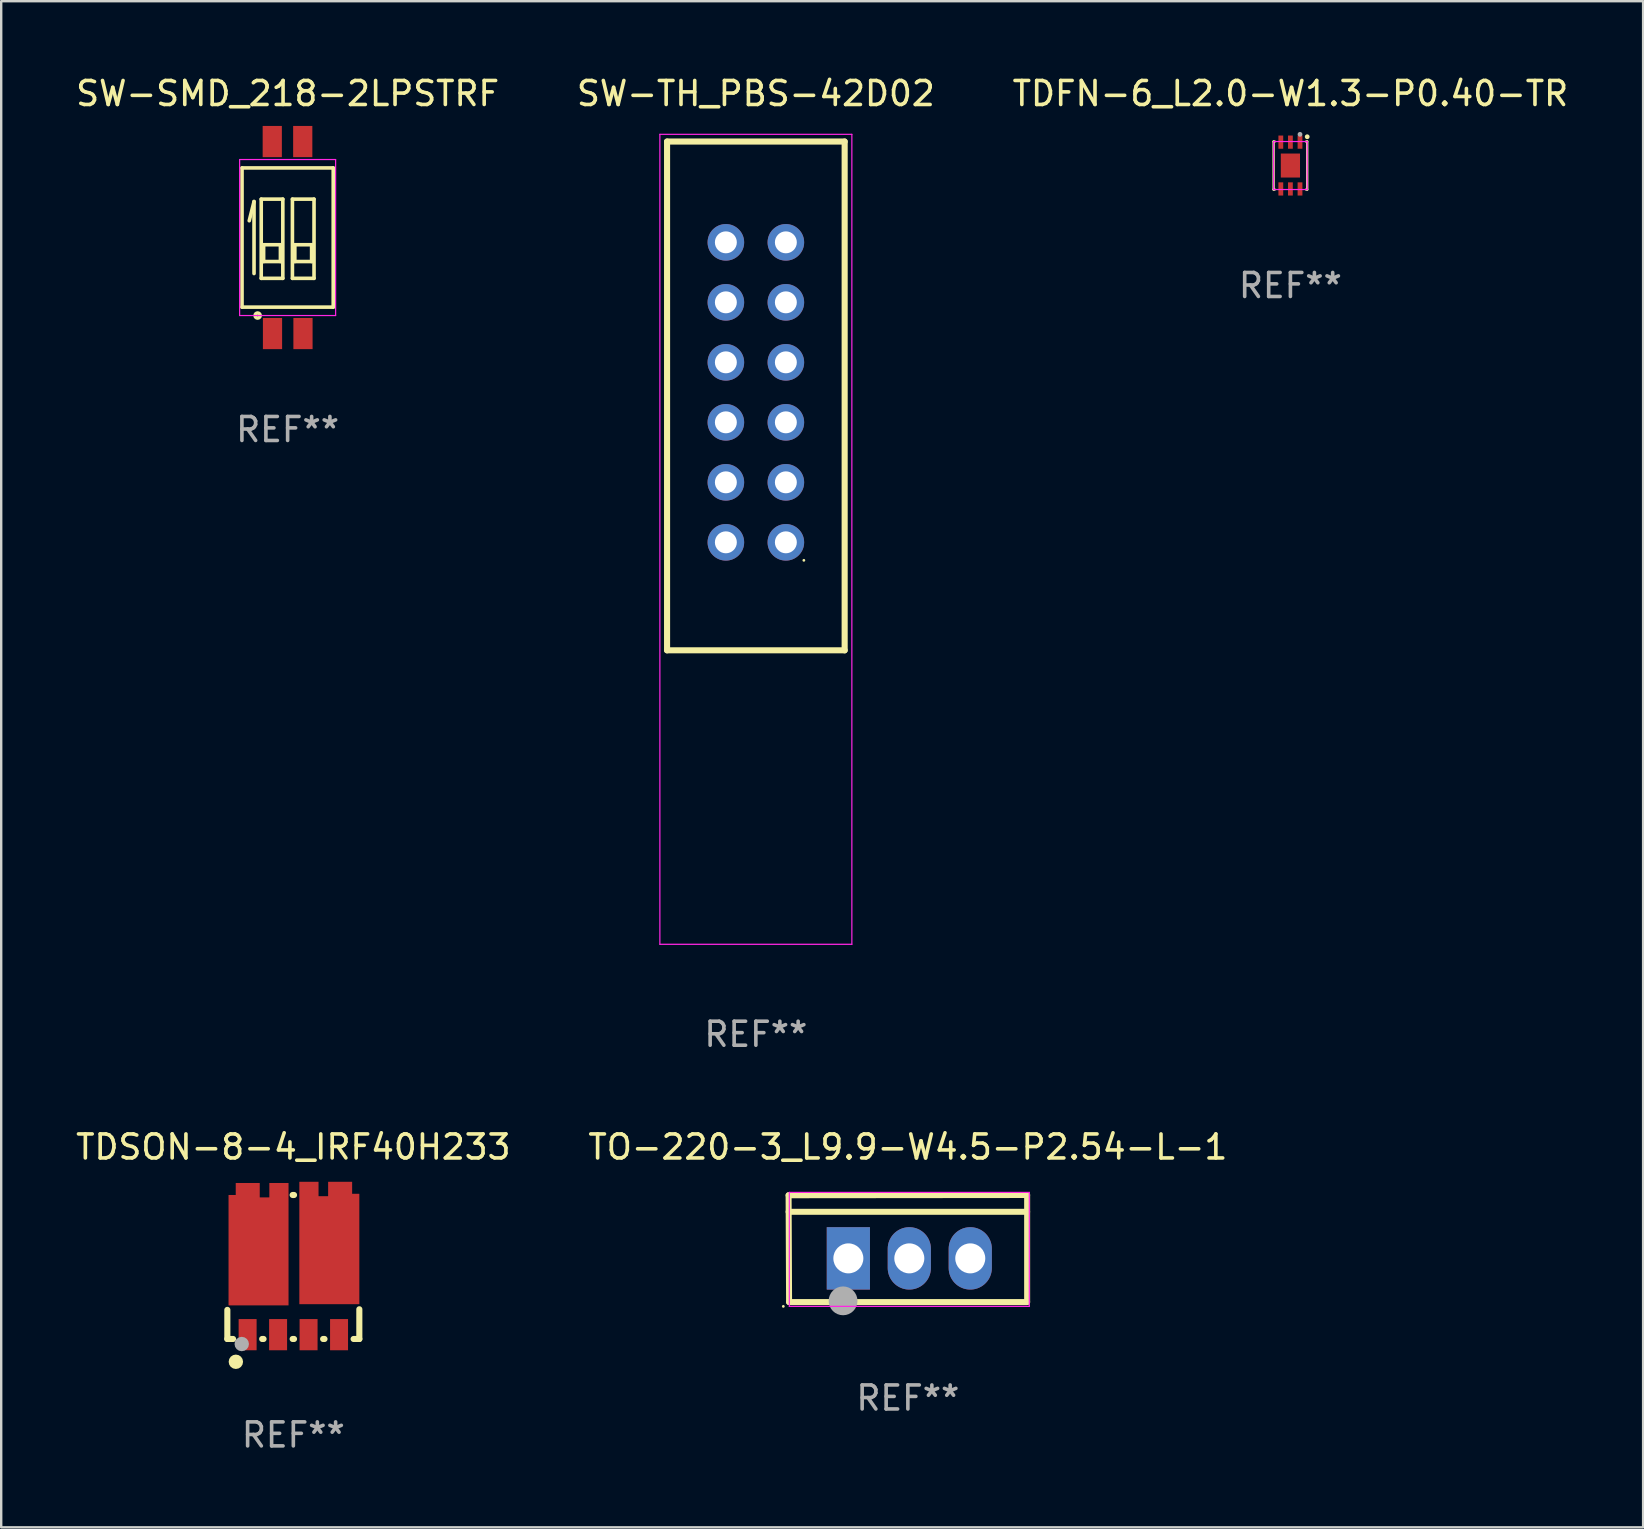
<source format=kicad_pcb>
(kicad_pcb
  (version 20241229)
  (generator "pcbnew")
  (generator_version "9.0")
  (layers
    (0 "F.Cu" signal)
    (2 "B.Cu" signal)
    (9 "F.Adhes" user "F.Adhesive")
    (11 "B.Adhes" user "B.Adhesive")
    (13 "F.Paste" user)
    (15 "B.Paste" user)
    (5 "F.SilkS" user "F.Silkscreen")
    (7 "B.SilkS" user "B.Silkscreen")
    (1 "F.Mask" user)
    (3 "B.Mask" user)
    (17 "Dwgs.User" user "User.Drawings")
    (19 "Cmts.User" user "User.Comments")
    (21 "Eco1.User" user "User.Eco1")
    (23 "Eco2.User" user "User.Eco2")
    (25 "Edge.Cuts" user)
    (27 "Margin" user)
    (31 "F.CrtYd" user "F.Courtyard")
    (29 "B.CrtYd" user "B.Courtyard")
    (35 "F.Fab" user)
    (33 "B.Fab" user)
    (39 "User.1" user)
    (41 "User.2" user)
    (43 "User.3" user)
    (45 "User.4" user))
  (footprint "TO-220-3_L9.9-W4.5-P2.54-L-1"
    (layer "F.Cu")
    (at 34.84 49.385)
    (property "Reference" "TO-220-3_L9.9-W4.5-P2.54-L-1" (at -0.06 -4.64 0) (layer "F.SilkS") (effects (font (size 1 1) (thickness 0.15))))
    (attr through_hole)
    (fp_line (start -5.03 -2.63) (end -5.01 1.82) (stroke (width 0.25) (type solid)) (layer "F.SilkS"))
    (fp_line (start -5.03 -1.94) (end 4.91 -1.94) (stroke (width 0.25) (type solid)) (layer "F.SilkS"))
    (fp_line (start -5.01 1.82) (end 4.91 1.82) (stroke (width 0.25) (type solid)) (layer "F.SilkS"))
    (fp_line (start 4.91 -2.64) (end -5.03 -2.63) (stroke (width 0.25) (type solid)) (layer "F.SilkS"))
    (fp_line (start 4.91 1.82) (end 4.91 -2.64) (stroke (width 0.25) (type solid)) (layer "F.SilkS"))
    (fp_circle (center -5.25 2) (end -5.22 2) (stroke (width 0.06) (type solid)) (fill no) (layer "F.SilkS"))
    (fp_line (start -5 -2.75) (end -5 2) (stroke (width 0.05) (type default)) (layer "F.CrtYd"))
    (fp_line (start -5 2) (end 5 2) (stroke (width 0.05) (type default)) (layer "F.CrtYd"))
    (fp_line (start 5 -2.75) (end -5 -2.75) (stroke (width 0.05) (type default)) (layer "F.CrtYd"))
    (fp_line (start 5 2) (end 5 -2.75) (stroke (width 0.05) (type default)) (layer "F.CrtYd"))
    (fp_circle (center -2.76 1.77) (end -2.46 1.77) (stroke (width 0.6) (type solid)) (fill no) (layer "F.Fab"))
    (fp_text user "REF**" (at -0.06 5.82 0) (layer "F.Fab") (effects (font (size 1 1) (thickness 0.15))))
    (pad "1" thru_hole rect (at -2.54 0) (size 1.8 2.6) (drill 1.25) (layers "*.Cu" "*.Mask"))
    (pad "2" thru_hole oval (at 0 0) (size 1.8 2.6) (drill 1.25) (layers "*.Cu" "*.Mask"))
    (pad "3" thru_hole oval (at 2.54 0) (size 1.8 2.6) (drill 1.25) (layers "*.Cu" "*.Mask")))
  (footprint "TDSON-8-4_IRF40H233"
    (layer "F.Cu")
    (at 9.173 50.654)
    (property "Reference" "TDSON-8-4_IRF40H233" (at -0.000013 -5.91 0) (layer "F.SilkS") (effects (font (size 1 1) (thickness 0.15))))
    (attr smd)
    (fp_line (start -2.75 2.09) (end -2.75 0.877) (stroke (width 0.254) (type solid)) (layer "F.SilkS"))
    (fp_line (start -2.511 2.09) (end -2.75 2.09) (stroke (width 0.254) (type solid)) (layer "F.SilkS"))
    (fp_line (start -1.241 2.09) (end -1.299 2.09) (stroke (width 0.254) (type solid)) (layer "F.SilkS"))
    (fp_line (start -0.029 -3.91) (end 0.029 -3.91) (stroke (width 0.254) (type solid)) (layer "F.SilkS"))
    (fp_line (start 0.029 2.09) (end -0.029 2.09) (stroke (width 0.254) (type solid)) (layer "F.SilkS"))
    (fp_line (start 1.299 2.09) (end 1.241 2.09) (stroke (width 0.254) (type solid)) (layer "F.SilkS"))
    (fp_line (start 2.75 2.09) (end 2.511 2.09) (stroke (width 0.254) (type solid)) (layer "F.SilkS"))
    (fp_line (start 2.75 2.09) (end 2.75 0.852) (stroke (width 0.254) (type solid)) (layer "F.SilkS"))
    (fp_circle (center -2.6 2.125) (end -2.57 2.125) (stroke (width 0.06) (type solid)) (fill no) (layer "F.SilkS"))
    (fp_circle (center -2.395 3.04) (end -2.245 3.04) (stroke (width 0.3) (type solid)) (fill no) (layer "F.SilkS"))
    (fp_circle (center -2.15 2.3) (end -2 2.3) (stroke (width 0.3) (type solid)) (fill no) (layer "F.Fab"))
    (fp_text user "REF**" (at -0.000013 6.09 0) (layer "F.Fab") (effects (font (size 1 1) (thickness 0.15))))
    (pad "1" smd rect (at -1.905 1.91 90) (size 1.3 0.749) (layers "F.Cu" "F.Mask" "F.Paste"))
    (pad "2" smd rect (at -0.635 1.91 90) (size 1.3 0.749) (layers "F.Cu" "F.Mask" "F.Paste"))
    (pad "3" smd rect (at 0.635 1.91 90) (size 1.3 0.749) (layers "F.Cu" "F.Mask" "F.Paste"))
    (pad "4" smd rect (at 1.905 1.91 90) (size 1.3 0.749) (layers "F.Cu" "F.Mask" "F.Paste"))
    (pad "5" smd custom (at 1.5 -1.91) (size 0.1 0.1) (layers "F.Cu" "F.Mask" "F.Paste") (options (anchor circle)) (primitives (gr_poly (pts (xy 1.25 2.55) (xy 1.25 -2.05) (xy 0.95 -2.05) (xy 0.95 -2.55) (xy -0.05 -2.55) (xy -0.05 -1.95) (xy -0.45 -1.95) (xy -0.45 -2.55) (xy -1.25 -2.55) (xy -1.25 2.55)) (width 0) (fill yes))))
    (pad "6" smd custom (at -1.45 -1.86) (size 0.1 0.1) (layers "F.Cu" "F.Mask" "F.Paste") (options (anchor circle)) (primitives (gr_poly (pts (xy -1.25 2.55) (xy -1.25 -2.05) (xy -0.95 -2.05) (xy -0.95 -2.55) (xy 0.05 -2.55) (xy 0.05 -1.95) (xy 0.45 -1.95) (xy 0.45 -2.55) (xy 1.25 -2.55) (xy 1.25 2.55)) (width 0) (fill yes)))))
  (footprint "SW-SMD_218-2LPSTRF"
    (layer "F.Cu")
    (at 8.935 6.848)
    (property "Reference" "SW-SMD_218-2LPSTRF" (at 0 -6 0) (layer "F.SilkS") (effects (font (size 1 1) (thickness 0.15))))
    (attr smd)
    (fp_line (start -1.9 -2.9) (end -1.9 2.9) (stroke (width 0.15) (type solid)) (layer "F.SilkS"))
    (fp_line (start -1.9 2.9) (end 1.9 2.9) (stroke (width 0.15) (type solid)) (layer "F.SilkS"))
    (fp_line (start -1.4 -1.5) (end -1.6 -0.7) (stroke (width 0.15) (type solid)) (layer "F.SilkS"))
    (fp_line (start -1.4 1.5) (end -1.4 -1.5) (stroke (width 0.15) (type solid)) (layer "F.SilkS"))
    (fp_line (start -1.1 -1.6) (end -0.2 -1.6) (stroke (width 0.15) (type solid)) (layer "F.SilkS"))
    (fp_line (start -1.1 1.7) (end -1.1 -1.6) (stroke (width 0.15) (type solid)) (layer "F.SilkS"))
    (fp_line (start -1 0.3) (end -1 1) (stroke (width 0.15) (type solid)) (layer "F.SilkS"))
    (fp_line (start -1 1) (end -0.3 1) (stroke (width 0.15) (type solid)) (layer "F.SilkS"))
    (fp_line (start -0.3 0.3) (end -1 0.3) (stroke (width 0.15) (type solid)) (layer "F.SilkS"))
    (fp_line (start -0.3 1) (end -0.3 0.3) (stroke (width 0.15) (type solid)) (layer "F.SilkS"))
    (fp_line (start -0.2 -1.6) (end -0.2 1.7) (stroke (width 0.15) (type solid)) (layer "F.SilkS"))
    (fp_line (start -0.2 1.7) (end -1.1 1.7) (stroke (width 0.15) (type solid)) (layer "F.SilkS"))
    (fp_line (start 0.2 -1.6) (end 1.1 -1.6) (stroke (width 0.15) (type solid)) (layer "F.SilkS"))
    (fp_line (start 0.2 1.7) (end 0.2 -1.6) (stroke (width 0.15) (type solid)) (layer "F.SilkS"))
    (fp_line (start 0.3 0.3) (end 0.3 1) (stroke (width 0.15) (type solid)) (layer "F.SilkS"))
    (fp_line (start 0.3 1) (end 1 1) (stroke (width 0.15) (type solid)) (layer "F.SilkS"))
    (fp_line (start 1 0.3) (end 0.3 0.3) (stroke (width 0.15) (type solid)) (layer "F.SilkS"))
    (fp_line (start 1 1) (end 1 0.3) (stroke (width 0.15) (type solid)) (layer "F.SilkS"))
    (fp_line (start 1.1 -1.6) (end 1.1 1.7) (stroke (width 0.15) (type solid)) (layer "F.SilkS"))
    (fp_line (start 1.1 1.7) (end 0.2 1.7) (stroke (width 0.15) (type solid)) (layer "F.SilkS"))
    (fp_line (start 1.9 -2.9) (end -1.9 -2.9) (stroke (width 0.15) (type solid)) (layer "F.SilkS"))
    (fp_line (start 1.9 2.9) (end 1.9 -2.9) (stroke (width 0.15) (type solid)) (layer "F.SilkS"))
    (fp_circle (center -1.25 3.25) (end -1.22 3.25) (stroke (width 0.15) (type solid)) (fill no) (layer "F.SilkS"))
    (fp_line (start -2 -3.25) (end 2 -3.25) (stroke (width 0.05) (type default)) (layer "F.CrtYd"))
    (fp_line (start -2 3.25) (end -2 -3.25) (stroke (width 0.05) (type default)) (layer "F.CrtYd"))
    (fp_line (start 2 -3.25) (end 2 3.25) (stroke (width 0.05) (type default)) (layer "F.CrtYd"))
    (fp_line (start 2 3.25) (end -2 3.25) (stroke (width 0.05) (type default)) (layer "F.CrtYd"))
    (fp_text user "REF**" (at 0 8 0) (layer "F.Fab") (effects (font (size 1 1) (thickness 0.15))))
    (pad "1" smd rect (at -0.63 4 90) (size 1.3 0.8) (layers "F.Cu" "F.Mask" "F.Paste"))
    (pad "2" smd rect (at 0.64 4 90) (size 1.3 0.8) (layers "F.Cu" "F.Mask" "F.Paste"))
    (pad "3" smd rect (at 0.63 -4 90) (size 1.3 0.8) (layers "F.Cu" "F.Mask" "F.Paste"))
    (pad "4" smd rect (at -0.64 -4 90) (size 1.3 0.8) (layers "F.Cu" "F.Mask" "F.Paste")))
  (footprint "TDFN-6_L2.0-W1.3-P0.40-TR"
    (layer "F.Cu")
    (at 50.72 3.848)
    (property "Reference" "TDFN-6_L2.0-W1.3-P0.40-TR" (at 0 -3 0) (layer "F.SilkS") (effects (font (size 1 1) (thickness 0.15))))
    (attr smd)
    (fp_line (start -0.7 -1) (end -0.7 1) (stroke (width 0.1) (type solid)) (layer "F.SilkS"))
    (fp_line (start -0.7 1) (end -0.654 1) (stroke (width 0.1) (type solid)) (layer "F.SilkS"))
    (fp_line (start -0.654 -1) (end -0.7 -1) (stroke (width 0.1) (type solid)) (layer "F.SilkS"))
    (fp_line (start 0.654 1) (end 0.7 1) (stroke (width 0.1) (type solid)) (layer "F.SilkS"))
    (fp_line (start 0.7 -1) (end 0.654 -1) (stroke (width 0.1) (type solid)) (layer "F.SilkS"))
    (fp_line (start 0.7 1) (end 0.7 -1) (stroke (width 0.1) (type solid)) (layer "F.SilkS"))
    (fp_circle (center 0.7 -1.2) (end 0.7 -1.2) (stroke (width 0.1) (type solid)) (fill no) (layer "F.SilkS"))
    (fp_line (start -0.7 -1) (end 0.7 -1) (stroke (width 0.05) (type default)) (layer "F.CrtYd"))
    (fp_line (start -0.7 1) (end -0.7 -1) (stroke (width 0.05) (type default)) (layer "F.CrtYd"))
    (fp_line (start 0.7 -1) (end 0.7 1) (stroke (width 0.05) (type default)) (layer "F.CrtYd"))
    (fp_line (start 0.7 1) (end -0.7 1) (stroke (width 0.05) (type default)) (layer "F.CrtYd"))
    (fp_circle (center 0.4 -1.3) (end 0.45 -1.3) (stroke (width 0.1) (type solid)) (fill no) (layer "F.Fab"))
    (fp_text user "REF**" (at 0 5 0) (layer "F.Fab") (effects (font (size 1 1) (thickness 0.15))))
    (pad "1" smd rect (at 0.4 -0.975) (size 0.2 0.55) (layers "F.Cu" "F.Mask" "F.Paste"))
    (pad "2" smd rect (at 0 -0.975) (size 0.2 0.55) (layers "F.Cu" "F.Mask" "F.Paste"))
    (pad "3" smd rect (at -0.4 -0.975) (size 0.2 0.55) (layers "F.Cu" "F.Mask" "F.Paste"))
    (pad "4" smd rect (at -0.4 0.975) (size 0.2 0.55) (layers "F.Cu" "F.Mask" "F.Paste"))
    (pad "5" smd rect (at 0 0.975) (size 0.2 0.55) (layers "F.Cu" "F.Mask" "F.Paste"))
    (pad "6" smd rect (at 0.4 0.975) (size 0.2 0.55) (layers "F.Cu" "F.Mask" "F.Paste"))
    (pad "7" smd rect (at 0 0) (size 0.8 1) (layers "F.Cu" "F.Mask" "F.Paste")))
  (footprint "SW-TH_PBS-42D02"
    (layer "F.Cu")
    (at 28.446 13.298)
    (property "Reference" "SW-TH_PBS-42D02" (at -0.000025 -12.45 0) (layer "F.SilkS") (effects (font (size 1 1) (thickness 0.15))))
    (attr through_hole)
    (fp_line (start -3.7 10.75) (end -3.7 -10.45) (stroke (width 0.254) (type solid)) (layer "F.SilkS"))
    (fp_line (start -3.7 10.75) (end 3.7 10.75) (stroke (width 0.254) (type solid)) (layer "F.SilkS"))
    (fp_line (start 3.7 -10.45) (end -3.7 -10.45) (stroke (width 0.254) (type solid)) (layer "F.SilkS"))
    (fp_line (start 3.7 10.75) (end 3.7 -10.45) (stroke (width 0.254) (type solid)) (layer "F.SilkS"))
    (fp_circle (center 2 7) (end 2.03 7) (stroke (width 0.06) (type solid)) (fill no) (layer "F.SilkS"))
    (fp_line (start -4 -10.75) (end -4 23) (stroke (width 0.05) (type default)) (layer "F.CrtYd"))
    (fp_line (start -4 -10.75) (end 4 -10.75) (stroke (width 0.05) (type default)) (layer "F.CrtYd"))
    (fp_line (start -4 23) (end 4 23) (stroke (width 0.05) (type default)) (layer "F.CrtYd"))
    (fp_line (start 4 -10.75) (end 4 23) (stroke (width 0.05) (type default)) (layer "F.CrtYd"))
    (fp_text user "REF**" (at -0.000025 26.75 0) (layer "F.Fab") (effects (font (size 1 1) (thickness 0.15))))
    (pad "1" thru_hole circle (at 1.25 6.25) (size 1.524 1.524) (drill 0.914) (layers "*.Cu" "*.Mask"))
    (pad "2" thru_hole circle (at 1.25 3.75) (size 1.524 1.524) (drill 0.914) (layers "*.Cu" "*.Mask"))
    (pad "3" thru_hole circle (at 1.25 1.25) (size 1.524 1.524) (drill 0.914) (layers "*.Cu" "*.Mask"))
    (pad "4" thru_hole circle (at 1.25 -1.25) (size 1.524 1.524) (drill 0.914) (layers "*.Cu" "*.Mask"))
    (pad "5" thru_hole circle (at 1.25 -3.75) (size 1.524 1.524) (drill 0.914) (layers "*.Cu" "*.Mask"))
    (pad "6" thru_hole circle (at 1.25 -6.25) (size 1.524 1.524) (drill 0.914) (layers "*.Cu" "*.Mask"))
    (pad "7" thru_hole circle (at -1.25 -6.25) (size 1.524 1.524) (drill 0.914) (layers "*.Cu" "*.Mask"))
    (pad "8" thru_hole circle (at -1.25 -3.75) (size 1.524 1.524) (drill 0.914) (layers "*.Cu" "*.Mask"))
    (pad "9" thru_hole circle (at -1.25 -1.25) (size 1.524 1.524) (drill 0.914) (layers "*.Cu" "*.Mask"))
    (pad "10" thru_hole circle (at -1.25 1.25) (size 1.524 1.524) (drill 0.914) (layers "*.Cu" "*.Mask"))
    (pad "11" thru_hole circle (at -1.25 3.75) (size 1.524 1.524) (drill 0.914) (layers "*.Cu" "*.Mask"))
    (pad "12" thru_hole circle (at -1.25 6.25) (size 1.524 1.524) (drill 0.914) (layers "*.Cu" "*.Mask")))
  (gr_rect
    (start -3 -3)
    (end 65.417 60.593)
    (stroke (width 0.1) (type default))
    (fill no)
    (layer "Edge.Cuts")))
</source>
